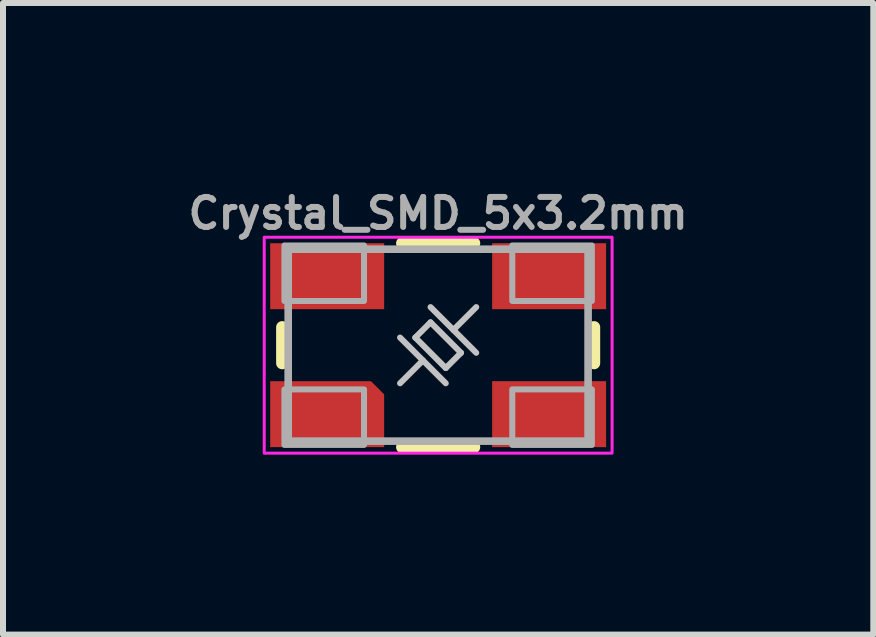
<source format=kicad_pcb>
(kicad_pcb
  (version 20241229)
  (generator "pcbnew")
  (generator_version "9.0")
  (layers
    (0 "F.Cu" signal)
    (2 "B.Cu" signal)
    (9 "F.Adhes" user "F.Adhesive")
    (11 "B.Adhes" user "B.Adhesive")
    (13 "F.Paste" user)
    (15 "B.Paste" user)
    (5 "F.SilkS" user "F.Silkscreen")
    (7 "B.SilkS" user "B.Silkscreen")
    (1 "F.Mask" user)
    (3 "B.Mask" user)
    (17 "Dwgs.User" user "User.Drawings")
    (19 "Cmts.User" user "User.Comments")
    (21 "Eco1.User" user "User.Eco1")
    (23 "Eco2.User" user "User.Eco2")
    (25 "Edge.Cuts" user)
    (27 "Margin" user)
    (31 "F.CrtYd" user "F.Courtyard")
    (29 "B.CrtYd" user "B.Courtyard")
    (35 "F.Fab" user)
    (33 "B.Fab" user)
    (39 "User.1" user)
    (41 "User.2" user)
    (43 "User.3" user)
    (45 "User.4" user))
  (footprint "Crystal_SMD_5x3.2mm"
    (layer "F.Cu")
    (at 4.255 2.705)
    (property "Reference" "Crystal_SMD_5x3.2mm" (at 0 -1.905 0) (layer "F.Fab") (effects (font (size 0.5 0.5) (thickness 0.1) (bold yes)) (justify bottom)))
    (attr smd)
    (fp_line (start -2.6 -0.3) (end -2.6 0.3) (stroke (width 0.203) (type solid)) (layer "F.SilkS"))
    (fp_line (start -0.6 -1.7) (end 0.6 -1.7) (stroke (width 0.203) (type solid)) (layer "F.SilkS"))
    (fp_line (start 0.6 1.7) (end -0.6 1.7) (stroke (width 0.203) (type solid)) (layer "F.SilkS"))
    (fp_line (start 2.6 -0.3) (end 2.6 0.3) (stroke (width 0.203) (type solid)) (layer "F.SilkS"))
    (fp_line (start -0.381 -0.127) (end -0.127 -0.381) (stroke (width 0.1) (type default)) (layer "Dwgs.User"))
    (fp_line (start -0.254 0.254) (end -0.635 0.635) (stroke (width 0.1) (type default)) (layer "Dwgs.User"))
    (fp_line (start 0.127 0.381) (end -0.381 -0.127) (stroke (width 0.1) (type default)) (layer "Dwgs.User"))
    (fp_line (start 0.127 0.381) (end 0.381 0.127) (stroke (width 0.1) (type default)) (layer "Dwgs.User"))
    (fp_line (start 0.127 0.635) (end -0.635 -0.127) (stroke (width 0.1) (type default)) (layer "Dwgs.User"))
    (fp_line (start 0.381 0.127) (end -0.127 -0.381) (stroke (width 0.1) (type default)) (layer "Dwgs.User"))
    (fp_line (start 0.635 -0.635) (end 0.254 -0.254) (stroke (width 0.1) (type default)) (layer "Dwgs.User"))
    (fp_line (start 0.635 0.127) (end -0.127 -0.635) (stroke (width 0.1) (type default)) (layer "Dwgs.User"))
    (fp_rect (start 2.9 -1.8) (end -2.9 1.8) (stroke (width 0.05) (type default)) (fill no) (layer "F.CrtYd"))
    (fp_line (start -2.5 -1.6) (end -2.5 1.6) (stroke (width 0.127) (type solid)) (layer "F.Fab"))
    (fp_line (start -2.5 1.6) (end 2.5 1.6) (stroke (width 0.127) (type solid)) (layer "F.Fab"))
    (fp_line (start 2.5 -1.6) (end -2.5 -1.6) (stroke (width 0.127) (type solid)) (layer "F.Fab"))
    (fp_line (start 2.5 1.6) (end 2.5 -1.6) (stroke (width 0.127) (type solid)) (layer "F.Fab"))
    (fp_poly (pts (xy -1.236 -0.737) (xy -2.563 -0.737) (xy -2.563 -1.663) (xy -1.236 -1.663)) (stroke (width 0.1) (type default)) (fill no) (layer "F.Fab"))
    (fp_poly (pts (xy -1.236 1.663) (xy -2.563 1.663) (xy -2.563 0.737) (xy -1.236 0.737)) (stroke (width 0.1) (type default)) (fill no) (layer "F.Fab"))
    (fp_poly (pts (xy 2.563 -0.737) (xy 1.236 -0.737) (xy 1.236 -1.663) (xy 2.563 -1.663)) (stroke (width 0.1) (type default)) (fill no) (layer "F.Fab"))
    (fp_poly (pts (xy 2.563 1.663) (xy 1.236 1.663) (xy 1.236 0.737) (xy 2.563 0.737)) (stroke (width 0.1) (type default)) (fill no) (layer "F.Fab"))
    (pad "1" smd roundrect (at -1.85 1.15) (size 1.9 1.1) (layers "F.Cu" "F.Mask" "F.Paste") (roundrect_rratio 0) (chamfer_ratio 0.2) (chamfer top_right))
    (pad "2" smd rect (at 1.85 1.15) (size 1.9 1.1) (layers "F.Cu" "F.Mask" "F.Paste"))
    (pad "3" smd rect (at 1.85 -1.15) (size 1.9 1.1) (layers "F.Cu" "F.Mask" "F.Paste"))
    (pad "4" smd rect (at -1.85 -1.15) (size 1.9 1.1) (layers "F.Cu" "F.Mask" "F.Paste")))
  (gr_rect
    (start -3 -3)
    (end 11.51 7.53)
    (stroke (width 0.1) (type default))
    (fill no)
    (layer "Edge.Cuts")))
</source>
